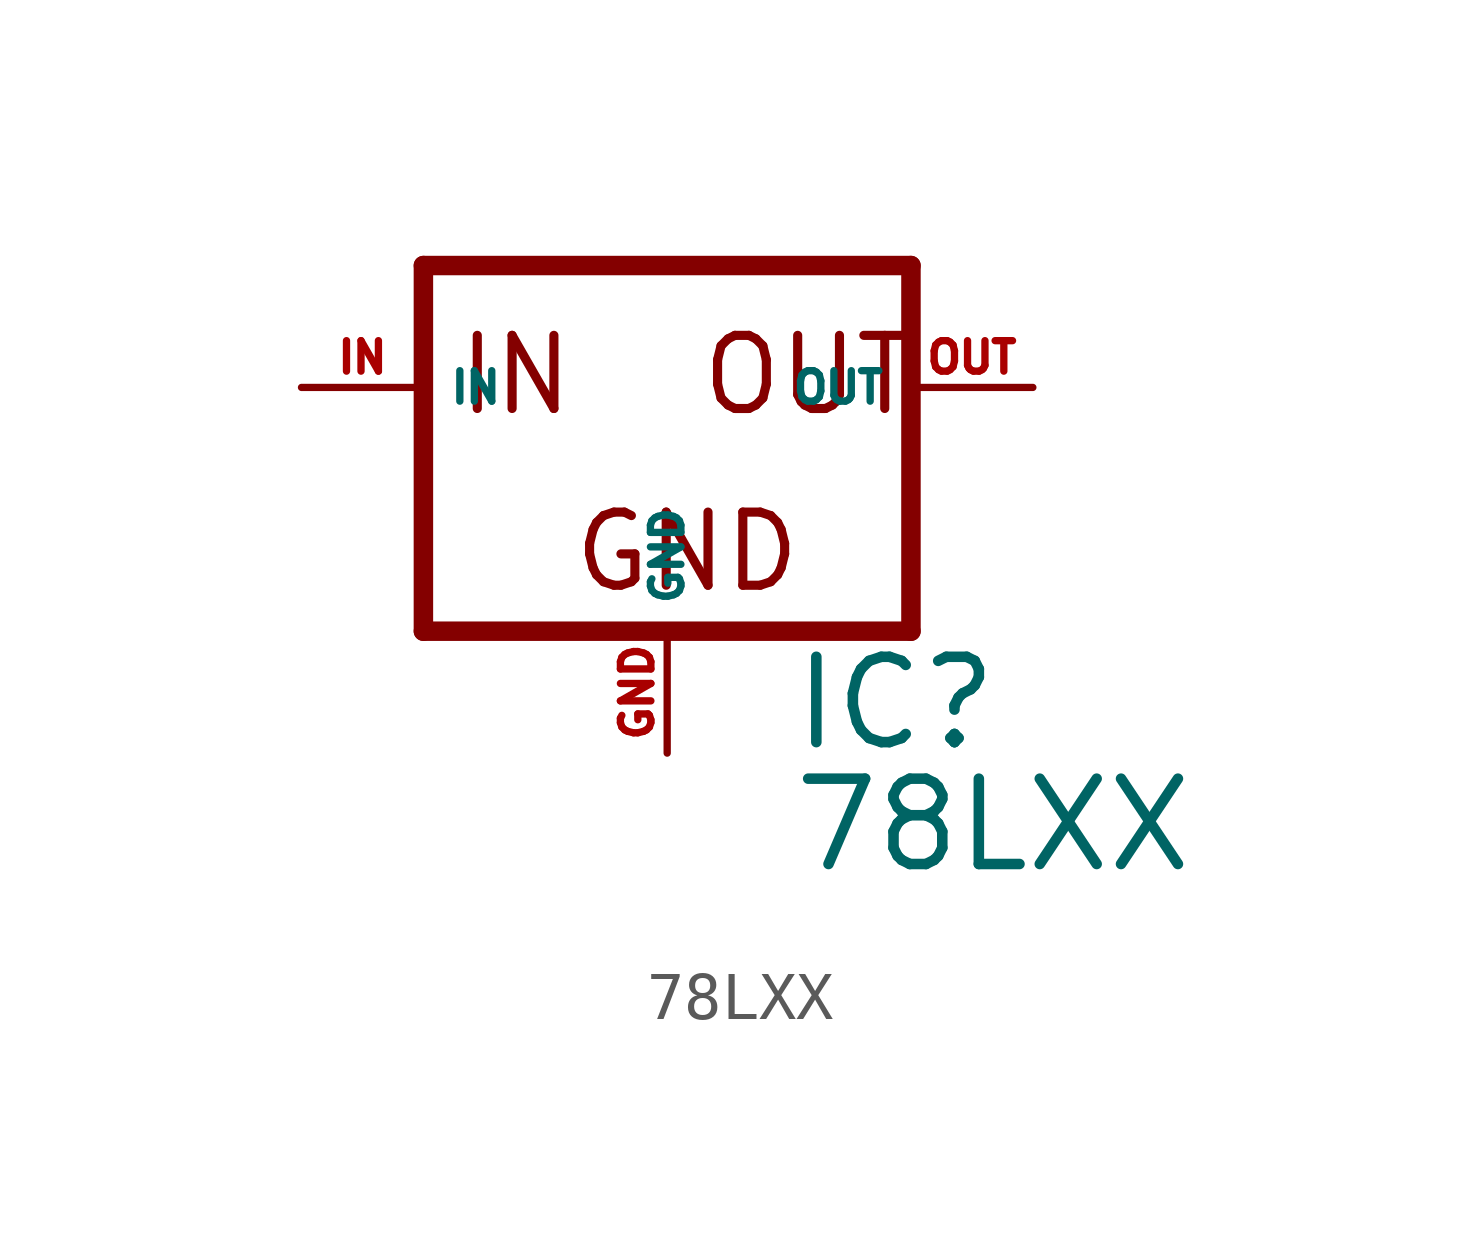
<source format=kicad_sym>
(kicad_symbol_lib
  (version 20220914)
  (generator Eagle2Kicad)
  (symbol "78LXX"
    (property "Reference" "IC"
      (at 2.54 -7.62 0)
      (effects (font (size 1.778 1.778) (thickness 0.22)) (justify left bottom)))
    (property "Value" "78LXX"
      (at 2.54 -10.16 0)
      (effects (font (size 1.778 1.778) (thickness 0.22)) (justify left bottom)))
    (polyline
      (pts (xy -5.08 -5.08) (xy 5.08 -5.08))
      (stroke (width 0.406) (type default))
      (fill (type none)))
    (polyline
      (pts (xy 5.08 -5.08) (xy 5.08 2.54))
      (stroke (width 0.406) (type default))
      (fill (type none)))
    (polyline
      (pts (xy 5.08 2.54) (xy -5.08 2.54))
      (stroke (width 0.406) (type default))
      (fill (type none)))
    (polyline
      (pts (xy -5.08 2.54) (xy -5.08 -5.08))
      (stroke (width 0.406) (type default))
      (fill (type none)))
    (text "GND"
      (at -2.032 -4.318 0)
      (effects (font (size 1.524 1.524) (thickness 0.19)) (justify left bottom)))
    (text "IN"
      (at -4.445 -0.635 0)
      (effects (font (size 1.524 1.524) (thickness 0.19)) (justify left bottom)))
    (text "OUT"
      (at 0.635 -0.635 0)
      (effects (font (size 1.524 1.524) (thickness 0.19)) (justify left bottom)))
    (pin input line
      (at -7.62 0 0)
      (length 2.54)
      (name "IN" (effects (font (size 0.635 0.635) (thickness 0.08)) (justify left bottom)))
      (number "IN" (effects (font (size 0.635 0.635) (thickness 0.08)) (justify left bottom))))
    (pin input line
      (at 0 -7.62 90)
      (length 2.54)
      (name "GND" (effects (font (size 0.635 0.635) (thickness 0.08)) (justify left bottom)))
      (number "GND" (effects (font (size 0.635 0.635) (thickness 0.08)) (justify left bottom))))
    (pin passive line
      (at 7.62 0 180)
      (length 2.54)
      (name "OUT" (effects (font (size 0.635 0.635) (thickness 0.08)) (justify left bottom)))
      (number "OUT" (effects (font (size 0.635 0.635) (thickness 0.08)) (justify left bottom))))))
</source>
